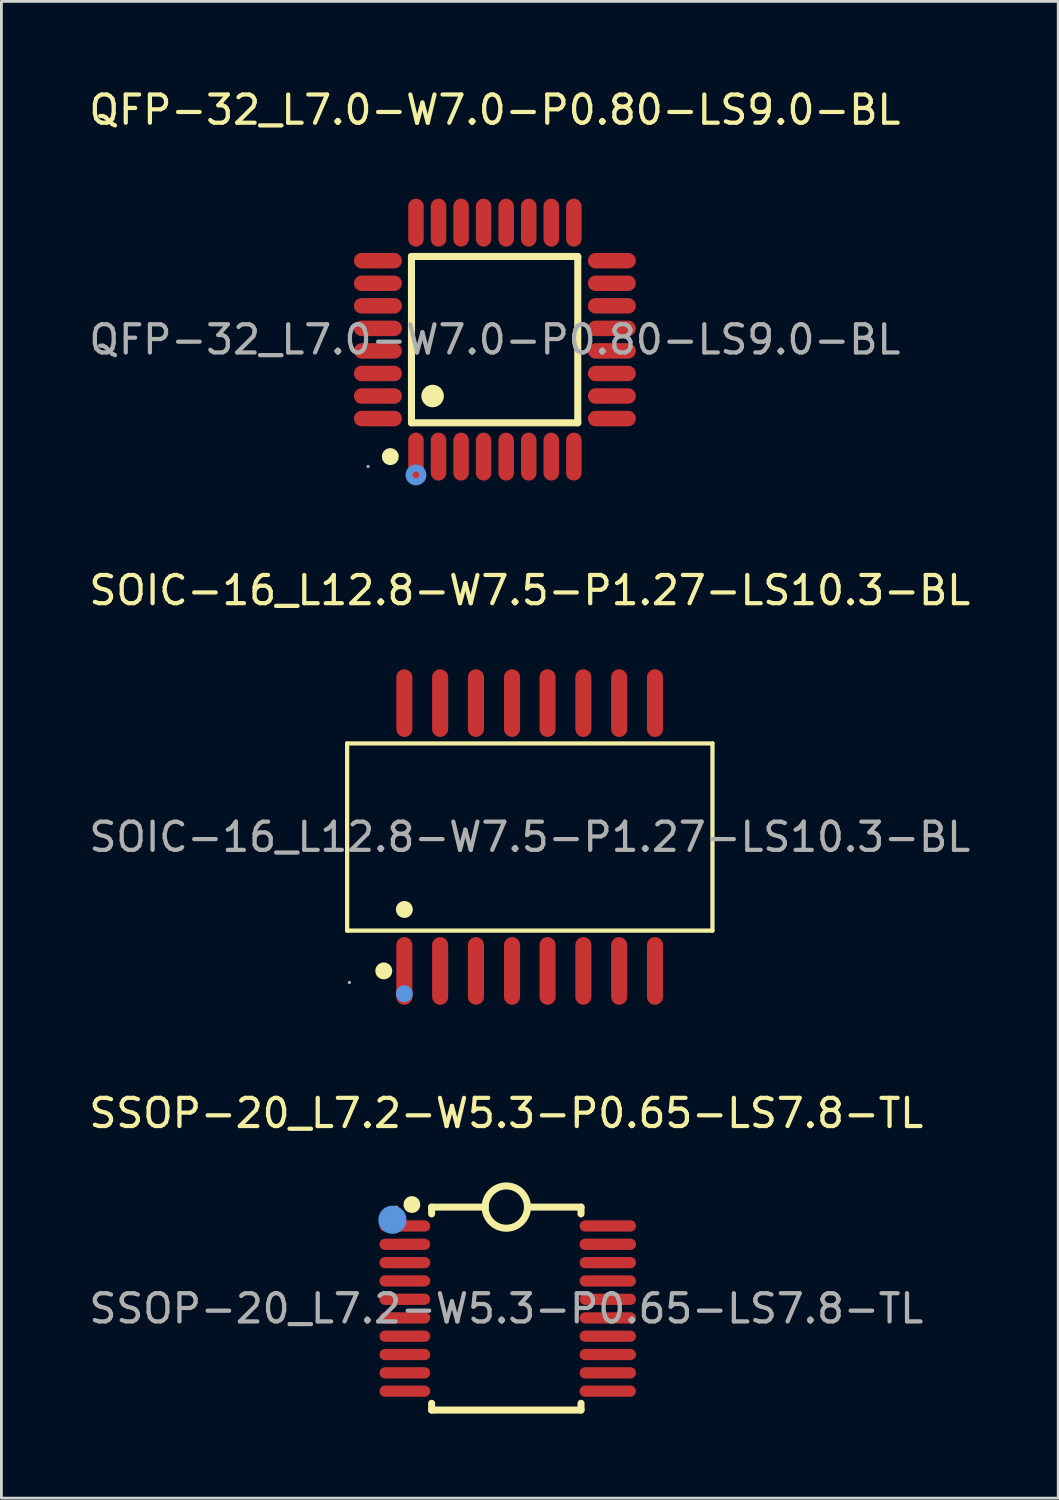
<source format=kicad_pcb>
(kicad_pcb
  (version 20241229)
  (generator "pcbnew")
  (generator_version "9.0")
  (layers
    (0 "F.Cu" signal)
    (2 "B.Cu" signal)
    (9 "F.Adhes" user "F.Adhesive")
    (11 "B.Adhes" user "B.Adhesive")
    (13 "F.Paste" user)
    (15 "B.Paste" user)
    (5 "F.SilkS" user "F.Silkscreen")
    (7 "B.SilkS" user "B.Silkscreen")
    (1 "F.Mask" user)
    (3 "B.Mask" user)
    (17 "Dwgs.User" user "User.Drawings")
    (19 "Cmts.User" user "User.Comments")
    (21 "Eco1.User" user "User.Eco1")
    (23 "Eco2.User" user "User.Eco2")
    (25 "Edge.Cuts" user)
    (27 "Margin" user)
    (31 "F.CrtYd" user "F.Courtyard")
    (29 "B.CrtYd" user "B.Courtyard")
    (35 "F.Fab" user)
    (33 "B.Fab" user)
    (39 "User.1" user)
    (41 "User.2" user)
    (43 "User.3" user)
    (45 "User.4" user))
  (footprint "SOIC-16_L12.8-W7.5-P1.27-LS10.3-BL"
    (layer "F.Cu")
    (at 15.744 26.642)
    (property "Reference" "SOIC-16_L12.8-W7.5-P1.27-LS10.3-BL" (at 0 -8.75 0) (layer "F.SilkS") (effects (font (size 1 1) (thickness 0.15))))
    (attr through_hole)
    (fp_line (start -6.48 -3.32) (end 6.48 -3.32) (stroke (width 0.15) (type solid)) (layer "F.SilkS"))
    (fp_line (start -6.48 3.32) (end -6.48 -3.32) (stroke (width 0.15) (type solid)) (layer "F.SilkS"))
    (fp_line (start 6.48 -3.32) (end 6.48 3.32) (stroke (width 0.15) (type solid)) (layer "F.SilkS"))
    (fp_line (start 6.48 3.32) (end -6.48 3.32) (stroke (width 0.15) (type solid)) (layer "F.SilkS"))
    (fp_circle (center -5.18 4.75) (end -5.03 4.75) (stroke (width 0.3) (type solid)) (fill no) (layer "F.SilkS"))
    (fp_circle (center -4.45 2.57) (end -4.3 2.57) (stroke (width 0.3) (type solid)) (fill no) (layer "F.SilkS"))
    (fp_circle (center -4.45 5.56) (end -4.3 5.56) (stroke (width 0.3) (type solid)) (fill no) (layer "Cmts.User"))
    (fp_circle (center -6.4 5.16) (end -6.37 5.16) (stroke (width 0.06) (type solid)) (fill no) (layer "F.Fab"))
    (fp_text user "${REFERENCE}" (at 0 0 0) (layer "F.Fab") (effects (font (size 1 1) (thickness 0.15))))
    (pad "1" smd oval (at -4.45 4.75) (size 0.57 2.4) (layers "F.Cu" "F.Mask" "F.Paste"))
    (pad "2" smd oval (at -3.18 4.75) (size 0.57 2.4) (layers "F.Cu" "F.Mask" "F.Paste"))
    (pad "3" smd oval (at -1.91 4.75) (size 0.57 2.4) (layers "F.Cu" "F.Mask" "F.Paste"))
    (pad "4" smd oval (at -0.63 4.75) (size 0.57 2.4) (layers "F.Cu" "F.Mask" "F.Paste"))
    (pad "5" smd oval (at 0.63 4.75) (size 0.57 2.4) (layers "F.Cu" "F.Mask" "F.Paste"))
    (pad "6" smd oval (at 1.9 4.75) (size 0.57 2.4) (layers "F.Cu" "F.Mask" "F.Paste"))
    (pad "7" smd oval (at 3.17 4.75) (size 0.57 2.4) (layers "F.Cu" "F.Mask" "F.Paste"))
    (pad "8" smd oval (at 4.44 4.75) (size 0.57 2.4) (layers "F.Cu" "F.Mask" "F.Paste"))
    (pad "9" smd oval (at 4.44 -4.75) (size 0.57 2.4) (layers "F.Cu" "F.Mask" "F.Paste"))
    (pad "10" smd oval (at 3.17 -4.75) (size 0.57 2.4) (layers "F.Cu" "F.Mask" "F.Paste"))
    (pad "11" smd oval (at 1.9 -4.75) (size 0.57 2.4) (layers "F.Cu" "F.Mask" "F.Paste"))
    (pad "12" smd oval (at 0.63 -4.75) (size 0.57 2.4) (layers "F.Cu" "F.Mask" "F.Paste"))
    (pad "13" smd oval (at -0.63 -4.75) (size 0.57 2.4) (layers "F.Cu" "F.Mask" "F.Paste"))
    (pad "14" smd oval (at -1.91 -4.75) (size 0.57 2.4) (layers "F.Cu" "F.Mask" "F.Paste"))
    (pad "15" smd oval (at -3.18 -4.75) (size 0.57 2.4) (layers "F.Cu" "F.Mask" "F.Paste"))
    (pad "16" smd oval (at -4.45 -4.75) (size 0.57 2.4) (layers "F.Cu" "F.Mask" "F.Paste")))
  (footprint "SSOP-20_L7.2-W5.3-P0.65-LS7.8-TL"
    (layer "F.Cu")
    (at 14.911 43.37)
    (property "Reference" "SSOP-20_L7.2-W5.3-P0.65-LS7.8-TL" (at 0 -6.93 0) (layer "F.SilkS") (effects (font (size 1 1) (thickness 0.15))))
    (attr through_hole)
    (fp_line (start -2.65 -3.6) (end -2.65 -3.36) (stroke (width 0.25) (type solid)) (layer "F.SilkS"))
    (fp_line (start -2.65 -3.6) (end -0.75 -3.6) (stroke (width 0.25) (type solid)) (layer "F.SilkS"))
    (fp_line (start -2.65 3.36) (end -2.65 3.6) (stroke (width 0.25) (type solid)) (layer "F.SilkS"))
    (fp_line (start 2.65 -3.6) (end 0.75 -3.6) (stroke (width 0.25) (type solid)) (layer "F.SilkS"))
    (fp_line (start 2.65 -3.6) (end 2.65 -3.36) (stroke (width 0.25) (type solid)) (layer "F.SilkS"))
    (fp_line (start 2.65 3.36) (end 2.65 3.6) (stroke (width 0.25) (type solid)) (layer "F.SilkS"))
    (fp_line (start 2.65 3.6) (end -2.65 3.6) (stroke (width 0.25) (type solid)) (layer "F.SilkS"))
    (fp_arc (start -3.45 -3.8) (mid -3.244929 -3.584833) (end -3.459908 -3.790101) (stroke (width 0.3) (type solid)) (layer "F.SilkS"))
    (fp_arc (start -0.749886 -3.613089) (mid 0.749972 -3.593455) (end -0.75 -3.6) (stroke (width 0.25) (type solid)) (layer "F.SilkS"))
    (fp_circle (center -4.04 -3.15) (end -3.79 -3.15) (stroke (width 0.5) (type solid)) (fill no) (layer "Cmts.User"))
    (fp_circle (center -3.9 -3.6) (end -3.87 -3.6) (stroke (width 0.06) (type solid)) (fill no) (layer "F.Fab"))
    (fp_text user "${REFERENCE}" (at 0 0 0) (layer "F.Fab") (effects (font (size 1 1) (thickness 0.15))))
    (pad "1" smd oval (at -3.6 -2.93 90) (size 0.4 1.8) (layers "F.Cu" "F.Mask" "F.Paste"))
    (pad "2" smd oval (at -3.6 -2.28 90) (size 0.4 1.8) (layers "F.Cu" "F.Mask" "F.Paste"))
    (pad "3" smd oval (at -3.6 -1.63 90) (size 0.4 1.8) (layers "F.Cu" "F.Mask" "F.Paste"))
    (pad "4" smd oval (at -3.6 -0.98 90) (size 0.4 1.8) (layers "F.Cu" "F.Mask" "F.Paste"))
    (pad "5" smd oval (at -3.6 -0.33 90) (size 0.4 1.8) (layers "F.Cu" "F.Mask" "F.Paste"))
    (pad "6" smd oval (at -3.6 0.33 90) (size 0.4 1.8) (layers "F.Cu" "F.Mask" "F.Paste"))
    (pad "7" smd oval (at -3.6 0.98 90) (size 0.4 1.8) (layers "F.Cu" "F.Mask" "F.Paste"))
    (pad "8" smd oval (at -3.6 1.63 90) (size 0.4 1.8) (layers "F.Cu" "F.Mask" "F.Paste"))
    (pad "9" smd oval (at -3.6 2.28 90) (size 0.4 1.8) (layers "F.Cu" "F.Mask" "F.Paste"))
    (pad "10" smd oval (at -3.6 2.93 90) (size 0.4 1.8) (layers "F.Cu" "F.Mask" "F.Paste"))
    (pad "11" smd oval (at 3.6 2.93 90) (size 0.4 2) (layers "F.Cu" "F.Mask" "F.Paste"))
    (pad "12" smd oval (at 3.6 2.28 90) (size 0.4 2) (layers "F.Cu" "F.Mask" "F.Paste"))
    (pad "13" smd oval (at 3.6 1.63 90) (size 0.4 2) (layers "F.Cu" "F.Mask" "F.Paste"))
    (pad "14" smd oval (at 3.6 0.98 90) (size 0.4 2) (layers "F.Cu" "F.Mask" "F.Paste"))
    (pad "15" smd oval (at 3.6 0.33 90) (size 0.4 2) (layers "F.Cu" "F.Mask" "F.Paste"))
    (pad "16" smd oval (at 3.6 -0.33 90) (size 0.4 2) (layers "F.Cu" "F.Mask" "F.Paste"))
    (pad "17" smd oval (at 3.6 -0.98 90) (size 0.4 2) (layers "F.Cu" "F.Mask" "F.Paste"))
    (pad "18" smd oval (at 3.6 -1.63 90) (size 0.4 2) (layers "F.Cu" "F.Mask" "F.Paste"))
    (pad "19" smd oval (at 3.6 -2.28 90) (size 0.4 2) (layers "F.Cu" "F.Mask" "F.Paste"))
    (pad "20" smd oval (at 3.6 -2.93 90) (size 0.4 2) (layers "F.Cu" "F.Mask" "F.Paste")))
  (footprint "QFP-32_L7.0-W7.0-P0.80-LS9.0-BL"
    (layer "F.Cu")
    (at 14.506 8.998)
    (property "Reference" "QFP-32_L7.0-W7.0-P0.80-LS9.0-BL" (at 0 -8.15 0) (layer "F.SilkS") (effects (font (size 1 1) (thickness 0.15))))
    (attr through_hole)
    (fp_line (start -2.96 -2.95) (end -2.96 2.95) (stroke (width 0.25) (type solid)) (layer "F.SilkS"))
    (fp_line (start -2.96 2.95) (end 2.94 2.95) (stroke (width 0.25) (type solid)) (layer "F.SilkS"))
    (fp_line (start 2.94 -2.95) (end -2.96 -2.95) (stroke (width 0.25) (type solid)) (layer "F.SilkS"))
    (fp_line (start 2.94 2.95) (end 2.94 -2.95) (stroke (width 0.25) (type solid)) (layer "F.SilkS"))
    (fp_arc (start -3.71 4.15) (mid -3.71 4.15) (end -3.71 4.15) (stroke (width 0.3) (type solid)) (layer "F.SilkS"))
    (fp_arc (start -2.21 2) (mid -2.21 2) (end -2.21 2) (stroke (width 0.4) (type solid)) (layer "F.SilkS"))
    (fp_circle (center -2.8 4.8) (end -2.68 4.8) (stroke (width 0.25) (type solid)) (fill no) (layer "Cmts.User"))
    (fp_circle (center -4.5 4.5) (end -4.47 4.5) (stroke (width 0.06) (type solid)) (fill no) (layer "F.Fab"))
    (fp_text user "${REFERENCE}" (at 0 0 0) (layer "F.Fab") (effects (font (size 1 1) (thickness 0.15))))
    (pad "1" smd oval (at -2.8 4.15 180) (size 0.55 1.7) (layers "F.Cu" "F.Mask" "F.Paste"))
    (pad "2" smd oval (at -2 4.15 180) (size 0.55 1.7) (layers "F.Cu" "F.Mask" "F.Paste"))
    (pad "3" smd oval (at -1.2 4.15 180) (size 0.55 1.7) (layers "F.Cu" "F.Mask" "F.Paste"))
    (pad "4" smd oval (at -0.4 4.15 180) (size 0.55 1.7) (layers "F.Cu" "F.Mask" "F.Paste"))
    (pad "5" smd oval (at 0.4 4.15 180) (size 0.55 1.7) (layers "F.Cu" "F.Mask" "F.Paste"))
    (pad "6" smd oval (at 1.2 4.15 180) (size 0.55 1.7) (layers "F.Cu" "F.Mask" "F.Paste"))
    (pad "7" smd oval (at 2 4.15 180) (size 0.55 1.7) (layers "F.Cu" "F.Mask" "F.Paste"))
    (pad "8" smd oval (at 2.8 4.15 180) (size 0.55 1.7) (layers "F.Cu" "F.Mask" "F.Paste"))
    (pad "9" smd oval (at 4.15 2.8 90) (size 0.55 1.7) (layers "F.Cu" "F.Mask" "F.Paste"))
    (pad "10" smd oval (at 4.15 2 90) (size 0.55 1.7) (layers "F.Cu" "F.Mask" "F.Paste"))
    (pad "11" smd oval (at 4.15 1.2 90) (size 0.55 1.7) (layers "F.Cu" "F.Mask" "F.Paste"))
    (pad "12" smd oval (at 4.15 0.4 90) (size 0.55 1.7) (layers "F.Cu" "F.Mask" "F.Paste"))
    (pad "13" smd oval (at 4.15 -0.4 90) (size 0.55 1.7) (layers "F.Cu" "F.Mask" "F.Paste"))
    (pad "14" smd oval (at 4.15 -1.2 90) (size 0.55 1.7) (layers "F.Cu" "F.Mask" "F.Paste"))
    (pad "15" smd oval (at 4.15 -2 90) (size 0.55 1.7) (layers "F.Cu" "F.Mask" "F.Paste"))
    (pad "16" smd oval (at 4.15 -2.8 90) (size 0.55 1.7) (layers "F.Cu" "F.Mask" "F.Paste"))
    (pad "17" smd oval (at 2.8 -4.15 180) (size 0.55 1.7) (layers "F.Cu" "F.Mask" "F.Paste"))
    (pad "18" smd oval (at 2 -4.15 180) (size 0.55 1.7) (layers "F.Cu" "F.Mask" "F.Paste"))
    (pad "19" smd oval (at 1.2 -4.15 180) (size 0.55 1.7) (layers "F.Cu" "F.Mask" "F.Paste"))
    (pad "20" smd oval (at 0.4 -4.15 180) (size 0.55 1.7) (layers "F.Cu" "F.Mask" "F.Paste"))
    (pad "21" smd oval (at -0.4 -4.15 180) (size 0.55 1.7) (layers "F.Cu" "F.Mask" "F.Paste"))
    (pad "22" smd oval (at -1.2 -4.15 180) (size 0.55 1.7) (layers "F.Cu" "F.Mask" "F.Paste"))
    (pad "23" smd oval (at -2 -4.15 180) (size 0.55 1.7) (layers "F.Cu" "F.Mask" "F.Paste"))
    (pad "24" smd oval (at -2.8 -4.15 180) (size 0.55 1.7) (layers "F.Cu" "F.Mask" "F.Paste"))
    (pad "25" smd oval (at -4.15 -2.8 90) (size 0.55 1.7) (layers "F.Cu" "F.Mask" "F.Paste"))
    (pad "26" smd oval (at -4.15 -2 90) (size 0.55 1.7) (layers "F.Cu" "F.Mask" "F.Paste"))
    (pad "27" smd oval (at -4.15 -1.2 90) (size 0.55 1.7) (layers "F.Cu" "F.Mask" "F.Paste"))
    (pad "28" smd oval (at -4.15 -0.4 90) (size 0.55 1.7) (layers "F.Cu" "F.Mask" "F.Paste"))
    (pad "29" smd oval (at -4.15 0.4 90) (size 0.55 1.7) (layers "F.Cu" "F.Mask" "F.Paste"))
    (pad "30" smd oval (at -4.15 1.2 90) (size 0.55 1.7) (layers "F.Cu" "F.Mask" "F.Paste"))
    (pad "31" smd oval (at -4.15 2 90) (size 0.55 1.7) (layers "F.Cu" "F.Mask" "F.Paste"))
    (pad "32" smd oval (at -4.15 2.8 90) (size 0.55 1.7) (layers "F.Cu" "F.Mask" "F.Paste")))
  (gr_rect
    (start -3 -3)
    (end 34.488 50.095)
    (stroke (width 0.1) (type default))
    (fill no)
    (layer "Edge.Cuts")))
</source>
